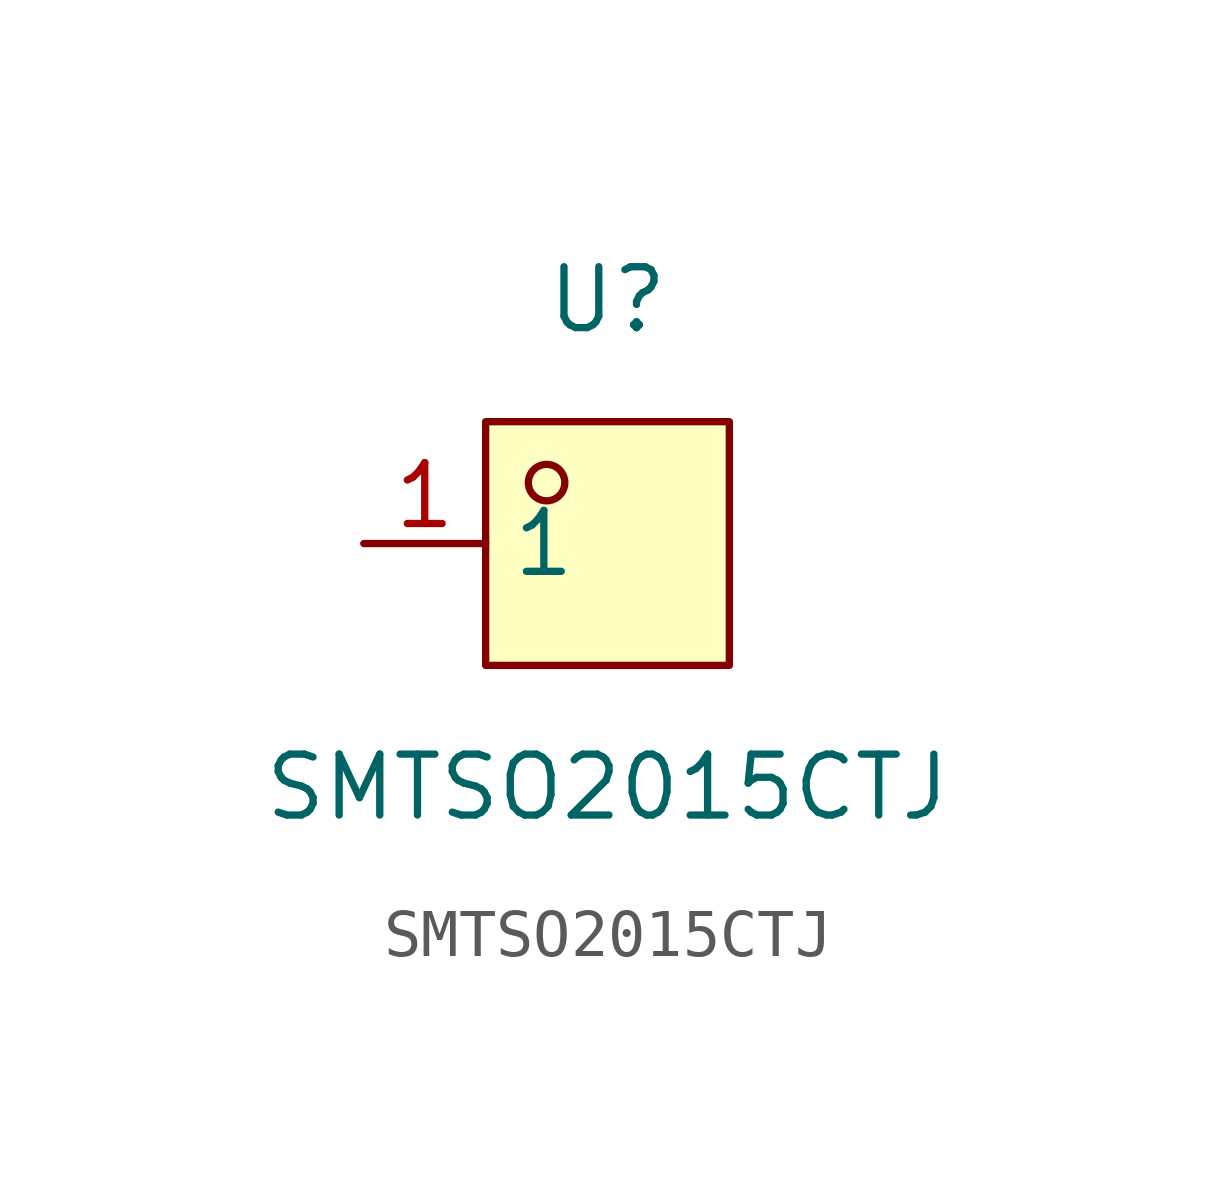
<source format=kicad_sym>
(kicad_symbol_lib
  (version 20211014)
  (generator https://github.com/uPesy/easyeda2kicad.py)
  (symbol "SMTSO2015CTJ"
    (property "Reference" "U"
      (at 0 5.08 0)
      (effects (font (size 1.27 1.27))))
    (property "Value" "SMTSO2015CTJ"
      (at 0 -5.08 0)
      (effects (font (size 1.27 1.27))))
    (symbol "SMTSO2015CTJ_0_1"
      (rectangle (start -2.54 2.54) (end 2.54 -2.54) (stroke (width 0) (type default) (color 0 0 0 0)) (fill (type background)))
      (circle (center -1.27 1.27) (radius 0.38) (stroke (width 0) (type default) (color 0 0 0 0)) (fill (type none)))
      (pin unspecified line (at -5.08 -0.00 0) (length 2.54) (name "1" (effects (font (size 1.27 1.27)))) (number "1" (effects (font (size 1.27 1.27))))))))
</source>
